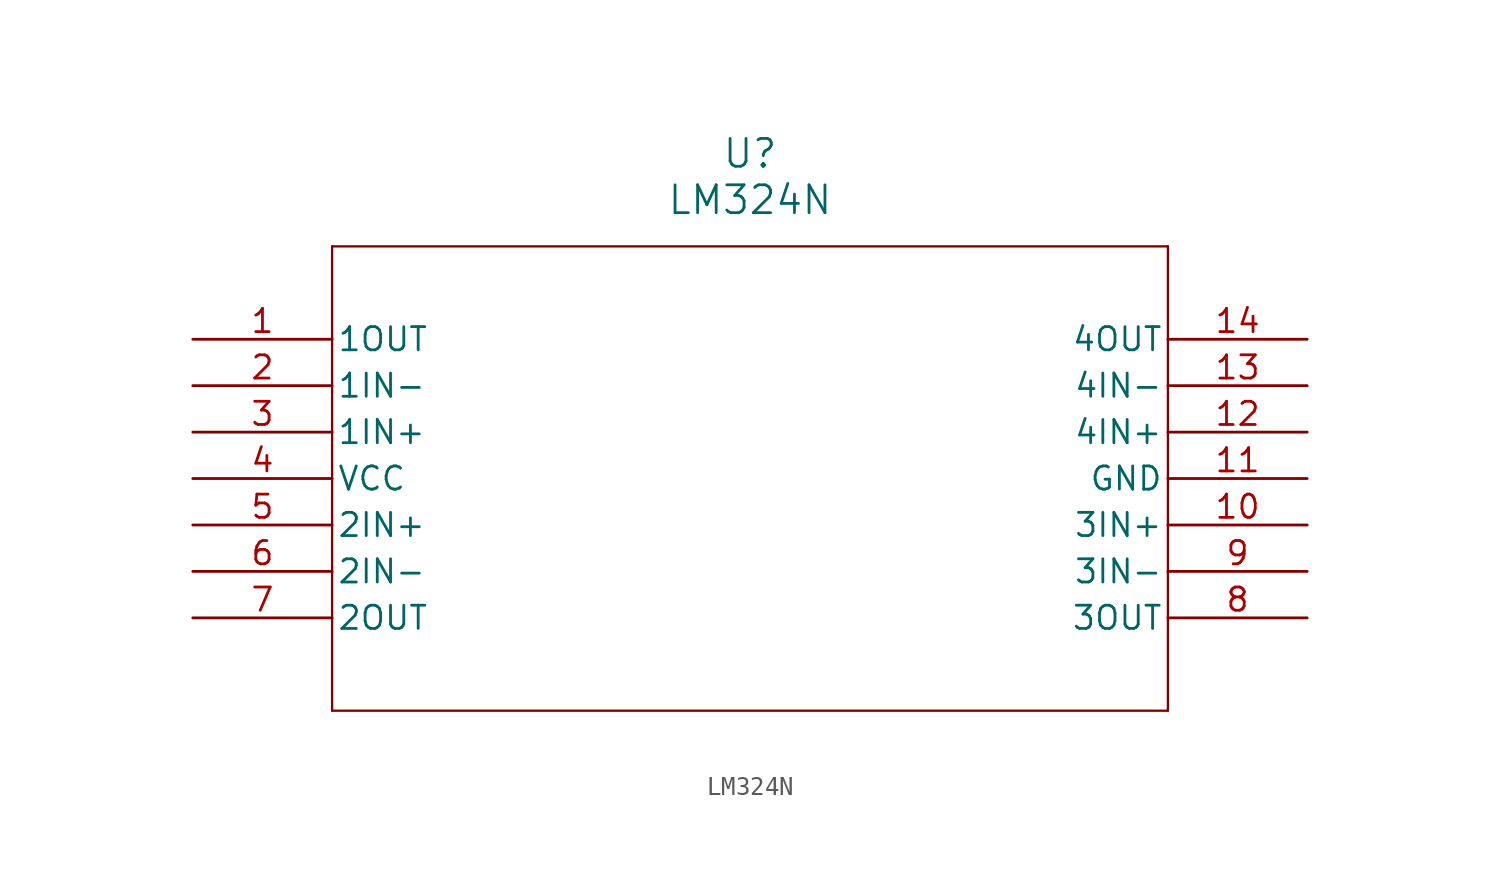
<source format=kicad_sym>
(kicad_symbol_lib
  (version 20211014)
  (generator kicad_symbol_editor)
  (symbol "LM324N"
    (pin_names
      (offset 0.254))
    (property "Reference" "U"
      (at 30.48 10.16 0)
      (effects (font (size 1.524 1.524))))
    (property "Value" "LM324N"
      (at 30.48 7.62 0)
      (effects (font (size 1.524 1.524))))
    (symbol "LM324N_0_1"
      (polyline (pts (xy 7.62 5.08) (xy 7.62 -20.32)) (stroke (width 0.127) (type default) (color 0 0 0 0)) (fill (type none)))
      (polyline (pts (xy 7.62 -20.32) (xy 53.34 -20.32)) (stroke (width 0.127) (type default) (color 0 0 0 0)) (fill (type none)))
      (polyline (pts (xy 53.34 -20.32) (xy 53.34 5.08)) (stroke (width 0.127) (type default) (color 0 0 0 0)) (fill (type none)))
      (polyline (pts (xy 53.34 5.08) (xy 7.62 5.08)) (stroke (width 0.127) (type default) (color 0 0 0 0)) (fill (type none)))
      (pin output line (at 0 0 0) (length 7.62) (name "1OUT" (effects (font (size 1.27 1.27)))) (number "1" (effects (font (size 1.27 1.27)))))
      (pin input line (at 0 -2.54 0) (length 7.62) (name "1IN-" (effects (font (size 1.27 1.27)))) (number "2" (effects (font (size 1.27 1.27)))))
      (pin input line (at 0 -5.08 0) (length 7.62) (name "1IN+" (effects (font (size 1.27 1.27)))) (number "3" (effects (font (size 1.27 1.27)))))
      (pin power_in line (at 0 -7.62 0) (length 7.62) (name "VCC" (effects (font (size 1.27 1.27)))) (number "4" (effects (font (size 1.27 1.27)))))
      (pin input line (at 0 -10.16 0) (length 7.62) (name "2IN+" (effects (font (size 1.27 1.27)))) (number "5" (effects (font (size 1.27 1.27)))))
      (pin input line (at 0 -12.7 0) (length 7.62) (name "2IN-" (effects (font (size 1.27 1.27)))) (number "6" (effects (font (size 1.27 1.27)))))
      (pin output line (at 0 -15.24 0) (length 7.62) (name "2OUT" (effects (font (size 1.27 1.27)))) (number "7" (effects (font (size 1.27 1.27)))))
      (pin output line (at 60.96 -15.24 180) (length 7.62) (name "3OUT" (effects (font (size 1.27 1.27)))) (number "8" (effects (font (size 1.27 1.27)))))
      (pin input line (at 60.96 -12.7 180) (length 7.62) (name "3IN-" (effects (font (size 1.27 1.27)))) (number "9" (effects (font (size 1.27 1.27)))))
      (pin input line (at 60.96 -10.16 180) (length 7.62) (name "3IN+" (effects (font (size 1.27 1.27)))) (number "10" (effects (font (size 1.27 1.27)))))
      (pin power_in line (at 60.96 -7.62 180) (length 7.62) (name "GND" (effects (font (size 1.27 1.27)))) (number "11" (effects (font (size 1.27 1.27)))))
      (pin input line (at 60.96 -5.08 180) (length 7.62) (name "4IN+" (effects (font (size 1.27 1.27)))) (number "12" (effects (font (size 1.27 1.27)))))
      (pin input line (at 60.96 -2.54 180) (length 7.62) (name "4IN-" (effects (font (size 1.27 1.27)))) (number "13" (effects (font (size 1.27 1.27)))))
      (pin output line (at 60.96 0 180) (length 7.62) (name "4OUT" (effects (font (size 1.27 1.27)))) (number "14" (effects (font (size 1.27 1.27))))))))
</source>
